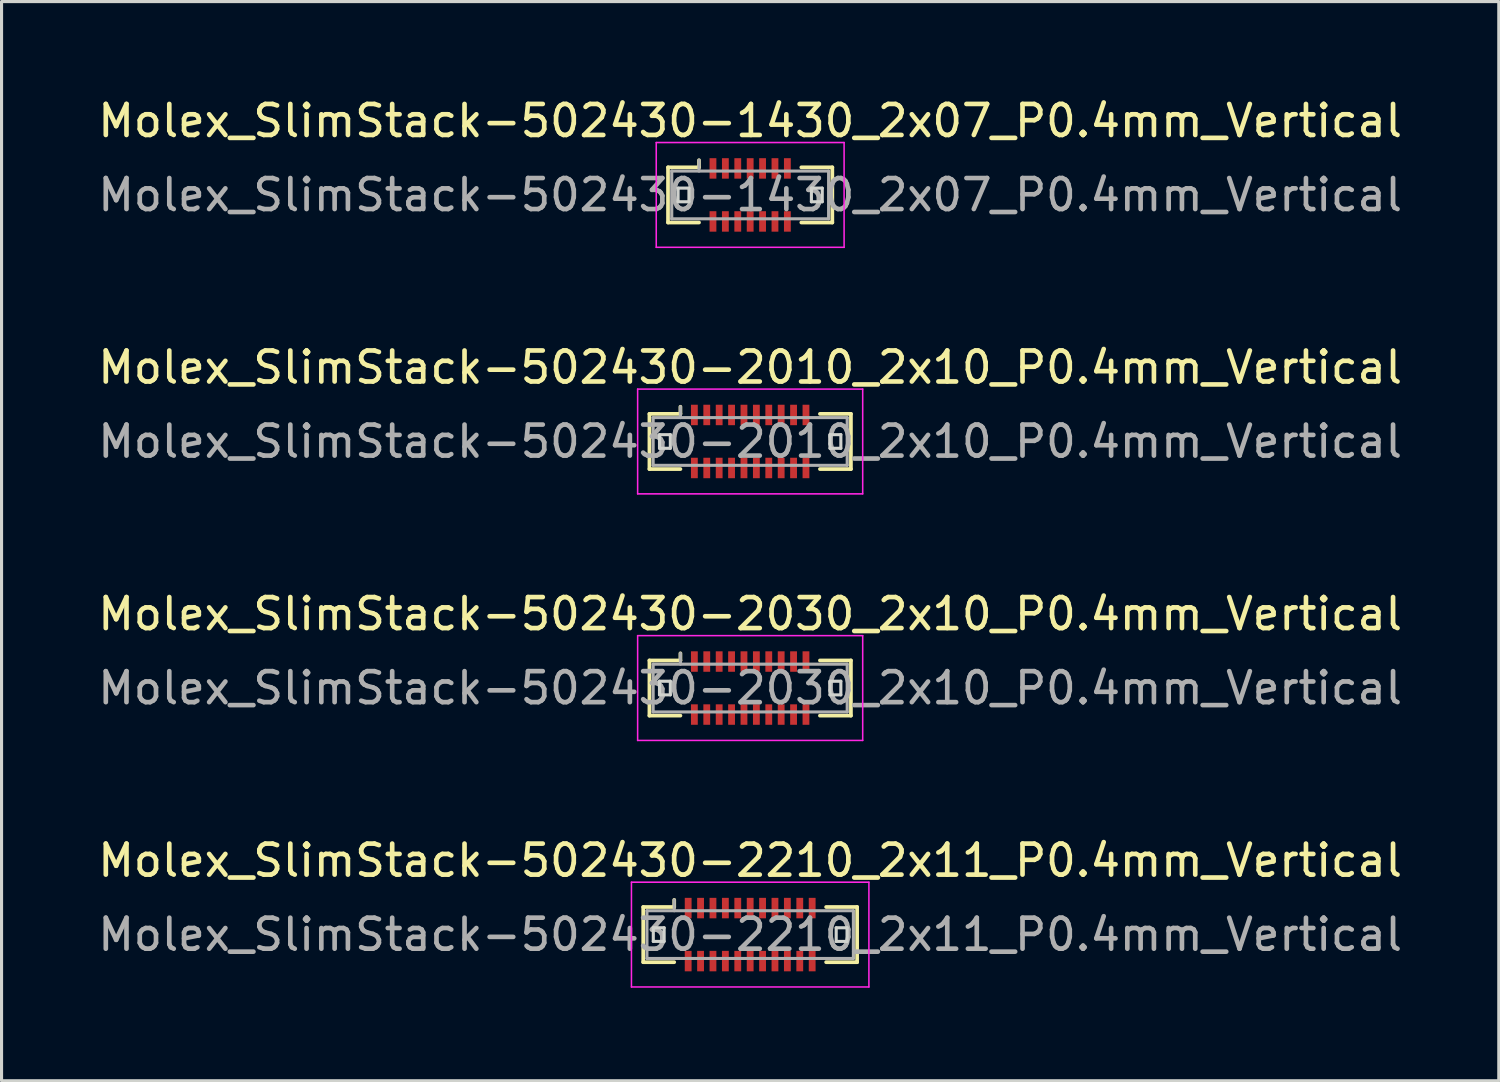
<source format=kicad_pcb>
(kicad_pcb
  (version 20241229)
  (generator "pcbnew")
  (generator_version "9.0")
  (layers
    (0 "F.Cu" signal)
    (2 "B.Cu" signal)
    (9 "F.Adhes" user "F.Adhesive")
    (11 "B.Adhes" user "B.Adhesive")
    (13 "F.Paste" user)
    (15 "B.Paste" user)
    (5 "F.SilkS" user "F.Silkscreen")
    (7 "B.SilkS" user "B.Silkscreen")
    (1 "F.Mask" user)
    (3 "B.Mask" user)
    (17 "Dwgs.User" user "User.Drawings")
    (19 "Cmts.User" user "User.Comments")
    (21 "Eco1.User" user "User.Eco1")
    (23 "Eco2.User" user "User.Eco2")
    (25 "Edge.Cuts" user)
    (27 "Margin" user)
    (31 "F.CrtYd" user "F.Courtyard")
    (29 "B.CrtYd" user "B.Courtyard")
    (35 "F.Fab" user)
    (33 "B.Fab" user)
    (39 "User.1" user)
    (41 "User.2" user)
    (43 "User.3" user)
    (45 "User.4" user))
  (footprint "Molex_SlimStack-502430-1430_2x07_P0.4mm_Vertical"
    (layer "F.Cu")
    (at 21.149 3.238)
    (property "Reference" "Molex_SlimStack-502430-1430_2x07_P0.4mm_Vertical" (at 0 -2.39 0) (layer "F.SilkS") (effects (font (size 1 1) (thickness 0.15))))
    (attr smd)
    (fp_line (start -2.65 -0.89) (end -1.65 -0.89) (stroke (width 0.12) (type solid)) (layer "F.SilkS"))
    (fp_line (start -2.65 0.89) (end -2.65 -0.89) (stroke (width 0.12) (type solid)) (layer "F.SilkS"))
    (fp_line (start -1.65 -0.89) (end -1.65 -1.12) (stroke (width 0.12) (type solid)) (layer "F.SilkS"))
    (fp_line (start -1.65 0.89) (end -2.65 0.89) (stroke (width 0.12) (type solid)) (layer "F.SilkS"))
    (fp_line (start 1.65 0.89) (end 2.65 0.89) (stroke (width 0.12) (type solid)) (layer "F.SilkS"))
    (fp_line (start 2.65 -0.89) (end 1.65 -0.89) (stroke (width 0.12) (type solid)) (layer "F.SilkS"))
    (fp_line (start 2.65 0.89) (end 2.65 -0.89) (stroke (width 0.12) (type solid)) (layer "F.SilkS"))
    (fp_line (start -2.325 -0.22) (end -2.325 0.22) (stroke (width 0.1) (type solid)) (layer "Edge.Cuts"))
    (fp_line (start -2.325 0.22) (end -1.975 0.22) (stroke (width 0.1) (type solid)) (layer "Edge.Cuts"))
    (fp_line (start -1.975 -0.22) (end -2.325 -0.22) (stroke (width 0.1) (type solid)) (layer "Edge.Cuts"))
    (fp_line (start -1.975 0.22) (end -1.975 -0.22) (stroke (width 0.1) (type solid)) (layer "Edge.Cuts"))
    (fp_line (start 1.975 -0.22) (end 1.975 0.22) (stroke (width 0.1) (type solid)) (layer "Edge.Cuts"))
    (fp_line (start 1.975 0.22) (end 2.325 0.22) (stroke (width 0.1) (type solid)) (layer "Edge.Cuts"))
    (fp_line (start 2.325 -0.22) (end 1.975 -0.22) (stroke (width 0.1) (type solid)) (layer "Edge.Cuts"))
    (fp_line (start 2.325 0.22) (end 2.325 -0.22) (stroke (width 0.1) (type solid)) (layer "Edge.Cuts"))
    (fp_line (start -3.03 -1.69) (end -3.03 1.69) (stroke (width 0.05) (type solid)) (layer "F.CrtYd"))
    (fp_line (start -3.03 1.69) (end 3.03 1.69) (stroke (width 0.05) (type solid)) (layer "F.CrtYd"))
    (fp_line (start 3.03 -1.69) (end -3.03 -1.69) (stroke (width 0.05) (type solid)) (layer "F.CrtYd"))
    (fp_line (start 3.03 1.69) (end 3.03 -1.69) (stroke (width 0.05) (type solid)) (layer "F.CrtYd"))
    (fp_line (start -2.53 -0.77) (end -2.53 0.77) (stroke (width 0.1) (type solid)) (layer "F.Fab"))
    (fp_line (start -2.53 0.77) (end 2.53 0.77) (stroke (width 0.1) (type solid)) (layer "F.Fab"))
    (fp_line (start -1.65 -0.77) (end -1.65 -1.12) (stroke (width 0.1) (type solid)) (layer "F.Fab"))
    (fp_line (start 2.53 -0.77) (end -2.53 -0.77) (stroke (width 0.1) (type solid)) (layer "F.Fab"))
    (fp_line (start 2.53 0.77) (end 2.53 -0.77) (stroke (width 0.1) (type solid)) (layer "F.Fab"))
    (fp_text user "${REFERENCE}" (at 0 0 0) (layer "F.Fab") (effects (font (size 1 1) (thickness 0.15))))
    (pad "1" smd rect (at -1.2 -0.855) (size 0.22 0.66) (layers "F.Cu" "F.Mask" "F.Paste"))
    (pad "2" smd rect (at -1.2 0.855) (size 0.22 0.66) (layers "F.Cu" "F.Mask" "F.Paste"))
    (pad "3" smd rect (at -0.8 -0.855) (size 0.22 0.66) (layers "F.Cu" "F.Mask" "F.Paste"))
    (pad "4" smd rect (at -0.8 0.855) (size 0.22 0.66) (layers "F.Cu" "F.Mask" "F.Paste"))
    (pad "5" smd rect (at -0.4 -0.855) (size 0.22 0.66) (layers "F.Cu" "F.Mask" "F.Paste"))
    (pad "6" smd rect (at -0.4 0.855) (size 0.22 0.66) (layers "F.Cu" "F.Mask" "F.Paste"))
    (pad "7" smd rect (at 0 -0.855) (size 0.22 0.66) (layers "F.Cu" "F.Mask" "F.Paste"))
    (pad "8" smd rect (at 0 0.855) (size 0.22 0.66) (layers "F.Cu" "F.Mask" "F.Paste"))
    (pad "9" smd rect (at 0.4 -0.855) (size 0.22 0.66) (layers "F.Cu" "F.Mask" "F.Paste"))
    (pad "10" smd rect (at 0.4 0.855) (size 0.22 0.66) (layers "F.Cu" "F.Mask" "F.Paste"))
    (pad "11" smd rect (at 0.8 -0.855) (size 0.22 0.66) (layers "F.Cu" "F.Mask" "F.Paste"))
    (pad "12" smd rect (at 0.8 0.855) (size 0.22 0.66) (layers "F.Cu" "F.Mask" "F.Paste"))
    (pad "13" smd rect (at 1.2 -0.855) (size 0.22 0.66) (layers "F.Cu" "F.Mask" "F.Paste"))
    (pad "14" smd rect (at 1.2 0.855) (size 0.22 0.66) (layers "F.Cu" "F.Mask" "F.Paste")))
  (footprint "Molex_SlimStack-502430-2010_2x10_P0.4mm_Vertical"
    (layer "F.Cu")
    (at 21.149 11.191)
    (property "Reference" "Molex_SlimStack-502430-2010_2x10_P0.4mm_Vertical" (at 0 -2.39 0) (layer "F.SilkS") (effects (font (size 1 1) (thickness 0.15))))
    (attr smd)
    (fp_line (start -3.25 -0.89) (end -2.25 -0.89) (stroke (width 0.12) (type solid)) (layer "F.SilkS"))
    (fp_line (start -3.25 0.89) (end -3.25 -0.89) (stroke (width 0.12) (type solid)) (layer "F.SilkS"))
    (fp_line (start -2.25 -0.89) (end -2.25 -1.12) (stroke (width 0.12) (type solid)) (layer "F.SilkS"))
    (fp_line (start -2.25 0.89) (end -3.25 0.89) (stroke (width 0.12) (type solid)) (layer "F.SilkS"))
    (fp_line (start 2.25 0.89) (end 3.25 0.89) (stroke (width 0.12) (type solid)) (layer "F.SilkS"))
    (fp_line (start 3.25 -0.89) (end 2.25 -0.89) (stroke (width 0.12) (type solid)) (layer "F.SilkS"))
    (fp_line (start 3.25 0.89) (end 3.25 -0.89) (stroke (width 0.12) (type solid)) (layer "F.SilkS"))
    (fp_line (start -2.925 -0.22) (end -2.925 0.22) (stroke (width 0.1) (type solid)) (layer "Edge.Cuts"))
    (fp_line (start -2.925 0.22) (end -2.575 0.22) (stroke (width 0.1) (type solid)) (layer "Edge.Cuts"))
    (fp_line (start -2.575 -0.22) (end -2.925 -0.22) (stroke (width 0.1) (type solid)) (layer "Edge.Cuts"))
    (fp_line (start -2.575 0.22) (end -2.575 -0.22) (stroke (width 0.1) (type solid)) (layer "Edge.Cuts"))
    (fp_line (start 2.575 -0.22) (end 2.575 0.22) (stroke (width 0.1) (type solid)) (layer "Edge.Cuts"))
    (fp_line (start 2.575 0.22) (end 2.925 0.22) (stroke (width 0.1) (type solid)) (layer "Edge.Cuts"))
    (fp_line (start 2.925 -0.22) (end 2.575 -0.22) (stroke (width 0.1) (type solid)) (layer "Edge.Cuts"))
    (fp_line (start 2.925 0.22) (end 2.925 -0.22) (stroke (width 0.1) (type solid)) (layer "Edge.Cuts"))
    (fp_line (start -3.63 -1.69) (end -3.63 1.69) (stroke (width 0.05) (type solid)) (layer "F.CrtYd"))
    (fp_line (start -3.63 1.69) (end 3.63 1.69) (stroke (width 0.05) (type solid)) (layer "F.CrtYd"))
    (fp_line (start 3.63 -1.69) (end -3.63 -1.69) (stroke (width 0.05) (type solid)) (layer "F.CrtYd"))
    (fp_line (start 3.63 1.69) (end 3.63 -1.69) (stroke (width 0.05) (type solid)) (layer "F.CrtYd"))
    (fp_line (start -3.13 -0.77) (end -3.13 0.77) (stroke (width 0.1) (type solid)) (layer "F.Fab"))
    (fp_line (start -3.13 0.77) (end 3.13 0.77) (stroke (width 0.1) (type solid)) (layer "F.Fab"))
    (fp_line (start -2.25 -0.77) (end -2.25 -1.12) (stroke (width 0.1) (type solid)) (layer "F.Fab"))
    (fp_line (start 3.13 -0.77) (end -3.13 -0.77) (stroke (width 0.1) (type solid)) (layer "F.Fab"))
    (fp_line (start 3.13 0.77) (end 3.13 -0.77) (stroke (width 0.1) (type solid)) (layer "F.Fab"))
    (fp_text user "${REFERENCE}" (at 0 0 0) (layer "F.Fab") (effects (font (size 1 1) (thickness 0.15))))
    (pad "1" smd rect (at -1.8 -0.855) (size 0.22 0.66) (layers "F.Cu" "F.Mask" "F.Paste"))
    (pad "2" smd rect (at -1.8 0.855) (size 0.22 0.66) (layers "F.Cu" "F.Mask" "F.Paste"))
    (pad "3" smd rect (at -1.4 -0.855) (size 0.22 0.66) (layers "F.Cu" "F.Mask" "F.Paste"))
    (pad "4" smd rect (at -1.4 0.855) (size 0.22 0.66) (layers "F.Cu" "F.Mask" "F.Paste"))
    (pad "5" smd rect (at -1 -0.855) (size 0.22 0.66) (layers "F.Cu" "F.Mask" "F.Paste"))
    (pad "6" smd rect (at -1 0.855) (size 0.22 0.66) (layers "F.Cu" "F.Mask" "F.Paste"))
    (pad "7" smd rect (at -0.6 -0.855) (size 0.22 0.66) (layers "F.Cu" "F.Mask" "F.Paste"))
    (pad "8" smd rect (at -0.6 0.855) (size 0.22 0.66) (layers "F.Cu" "F.Mask" "F.Paste"))
    (pad "9" smd rect (at -0.2 -0.855) (size 0.22 0.66) (layers "F.Cu" "F.Mask" "F.Paste"))
    (pad "10" smd rect (at -0.2 0.855) (size 0.22 0.66) (layers "F.Cu" "F.Mask" "F.Paste"))
    (pad "11" smd rect (at 0.2 -0.855) (size 0.22 0.66) (layers "F.Cu" "F.Mask" "F.Paste"))
    (pad "12" smd rect (at 0.2 0.855) (size 0.22 0.66) (layers "F.Cu" "F.Mask" "F.Paste"))
    (pad "13" smd rect (at 0.6 -0.855) (size 0.22 0.66) (layers "F.Cu" "F.Mask" "F.Paste"))
    (pad "14" smd rect (at 0.6 0.855) (size 0.22 0.66) (layers "F.Cu" "F.Mask" "F.Paste"))
    (pad "15" smd rect (at 1 -0.855) (size 0.22 0.66) (layers "F.Cu" "F.Mask" "F.Paste"))
    (pad "16" smd rect (at 1 0.855) (size 0.22 0.66) (layers "F.Cu" "F.Mask" "F.Paste"))
    (pad "17" smd rect (at 1.4 -0.855) (size 0.22 0.66) (layers "F.Cu" "F.Mask" "F.Paste"))
    (pad "18" smd rect (at 1.4 0.855) (size 0.22 0.66) (layers "F.Cu" "F.Mask" "F.Paste"))
    (pad "19" smd rect (at 1.8 -0.855) (size 0.22 0.66) (layers "F.Cu" "F.Mask" "F.Paste"))
    (pad "20" smd rect (at 1.8 0.855) (size 0.22 0.66) (layers "F.Cu" "F.Mask" "F.Paste")))
  (footprint "Molex_SlimStack-502430-2210_2x11_P0.4mm_Vertical"
    (layer "F.Cu")
    (at 21.149 27.098)
    (property "Reference" "Molex_SlimStack-502430-2210_2x11_P0.4mm_Vertical" (at 0 -2.39 0) (layer "F.SilkS") (effects (font (size 1 1) (thickness 0.15))))
    (attr smd)
    (fp_line (start -3.45 -0.89) (end -2.45 -0.89) (stroke (width 0.12) (type solid)) (layer "F.SilkS"))
    (fp_line (start -3.45 0.89) (end -3.45 -0.89) (stroke (width 0.12) (type solid)) (layer "F.SilkS"))
    (fp_line (start -2.45 -0.89) (end -2.45 -1.12) (stroke (width 0.12) (type solid)) (layer "F.SilkS"))
    (fp_line (start -2.45 0.89) (end -3.45 0.89) (stroke (width 0.12) (type solid)) (layer "F.SilkS"))
    (fp_line (start 2.45 0.89) (end 3.45 0.89) (stroke (width 0.12) (type solid)) (layer "F.SilkS"))
    (fp_line (start 3.45 -0.89) (end 2.45 -0.89) (stroke (width 0.12) (type solid)) (layer "F.SilkS"))
    (fp_line (start 3.45 0.89) (end 3.45 -0.89) (stroke (width 0.12) (type solid)) (layer "F.SilkS"))
    (fp_line (start -3.125 -0.22) (end -3.125 0.22) (stroke (width 0.1) (type solid)) (layer "Edge.Cuts"))
    (fp_line (start -3.125 0.22) (end -2.775 0.22) (stroke (width 0.1) (type solid)) (layer "Edge.Cuts"))
    (fp_line (start -2.775 -0.22) (end -3.125 -0.22) (stroke (width 0.1) (type solid)) (layer "Edge.Cuts"))
    (fp_line (start -2.775 0.22) (end -2.775 -0.22) (stroke (width 0.1) (type solid)) (layer "Edge.Cuts"))
    (fp_line (start 2.775 -0.22) (end 2.775 0.22) (stroke (width 0.1) (type solid)) (layer "Edge.Cuts"))
    (fp_line (start 2.775 0.22) (end 3.125 0.22) (stroke (width 0.1) (type solid)) (layer "Edge.Cuts"))
    (fp_line (start 3.125 -0.22) (end 2.775 -0.22) (stroke (width 0.1) (type solid)) (layer "Edge.Cuts"))
    (fp_line (start 3.125 0.22) (end 3.125 -0.22) (stroke (width 0.1) (type solid)) (layer "Edge.Cuts"))
    (fp_line (start -3.83 -1.69) (end -3.83 1.69) (stroke (width 0.05) (type solid)) (layer "F.CrtYd"))
    (fp_line (start -3.83 1.69) (end 3.83 1.69) (stroke (width 0.05) (type solid)) (layer "F.CrtYd"))
    (fp_line (start 3.83 -1.69) (end -3.83 -1.69) (stroke (width 0.05) (type solid)) (layer "F.CrtYd"))
    (fp_line (start 3.83 1.69) (end 3.83 -1.69) (stroke (width 0.05) (type solid)) (layer "F.CrtYd"))
    (fp_line (start -3.33 -0.77) (end -3.33 0.77) (stroke (width 0.1) (type solid)) (layer "F.Fab"))
    (fp_line (start -3.33 0.77) (end 3.33 0.77) (stroke (width 0.1) (type solid)) (layer "F.Fab"))
    (fp_line (start -2.45 -0.77) (end -2.45 -1.12) (stroke (width 0.1) (type solid)) (layer "F.Fab"))
    (fp_line (start 3.33 -0.77) (end -3.33 -0.77) (stroke (width 0.1) (type solid)) (layer "F.Fab"))
    (fp_line (start 3.33 0.77) (end 3.33 -0.77) (stroke (width 0.1) (type solid)) (layer "F.Fab"))
    (fp_text user "${REFERENCE}" (at 0 0 0) (layer "F.Fab") (effects (font (size 1 1) (thickness 0.15))))
    (pad "1" smd rect (at -2 -0.855) (size 0.22 0.66) (layers "F.Cu" "F.Mask" "F.Paste"))
    (pad "2" smd rect (at -2 0.855) (size 0.22 0.66) (layers "F.Cu" "F.Mask" "F.Paste"))
    (pad "3" smd rect (at -1.6 -0.855) (size 0.22 0.66) (layers "F.Cu" "F.Mask" "F.Paste"))
    (pad "4" smd rect (at -1.6 0.855) (size 0.22 0.66) (layers "F.Cu" "F.Mask" "F.Paste"))
    (pad "5" smd rect (at -1.2 -0.855) (size 0.22 0.66) (layers "F.Cu" "F.Mask" "F.Paste"))
    (pad "6" smd rect (at -1.2 0.855) (size 0.22 0.66) (layers "F.Cu" "F.Mask" "F.Paste"))
    (pad "7" smd rect (at -0.8 -0.855) (size 0.22 0.66) (layers "F.Cu" "F.Mask" "F.Paste"))
    (pad "8" smd rect (at -0.8 0.855) (size 0.22 0.66) (layers "F.Cu" "F.Mask" "F.Paste"))
    (pad "9" smd rect (at -0.4 -0.855) (size 0.22 0.66) (layers "F.Cu" "F.Mask" "F.Paste"))
    (pad "10" smd rect (at -0.4 0.855) (size 0.22 0.66) (layers "F.Cu" "F.Mask" "F.Paste"))
    (pad "11" smd rect (at 0 -0.855) (size 0.22 0.66) (layers "F.Cu" "F.Mask" "F.Paste"))
    (pad "12" smd rect (at 0 0.855) (size 0.22 0.66) (layers "F.Cu" "F.Mask" "F.Paste"))
    (pad "13" smd rect (at 0.4 -0.855) (size 0.22 0.66) (layers "F.Cu" "F.Mask" "F.Paste"))
    (pad "14" smd rect (at 0.4 0.855) (size 0.22 0.66) (layers "F.Cu" "F.Mask" "F.Paste"))
    (pad "15" smd rect (at 0.8 -0.855) (size 0.22 0.66) (layers "F.Cu" "F.Mask" "F.Paste"))
    (pad "16" smd rect (at 0.8 0.855) (size 0.22 0.66) (layers "F.Cu" "F.Mask" "F.Paste"))
    (pad "17" smd rect (at 1.2 -0.855) (size 0.22 0.66) (layers "F.Cu" "F.Mask" "F.Paste"))
    (pad "18" smd rect (at 1.2 0.855) (size 0.22 0.66) (layers "F.Cu" "F.Mask" "F.Paste"))
    (pad "19" smd rect (at 1.6 -0.855) (size 0.22 0.66) (layers "F.Cu" "F.Mask" "F.Paste"))
    (pad "20" smd rect (at 1.6 0.855) (size 0.22 0.66) (layers "F.Cu" "F.Mask" "F.Paste"))
    (pad "21" smd rect (at 2 -0.855) (size 0.22 0.66) (layers "F.Cu" "F.Mask" "F.Paste"))
    (pad "22" smd rect (at 2 0.855) (size 0.22 0.66) (layers "F.Cu" "F.Mask" "F.Paste")))
  (footprint "Molex_SlimStack-502430-2030_2x10_P0.4mm_Vertical"
    (layer "F.Cu")
    (at 21.149 19.145)
    (property "Reference" "Molex_SlimStack-502430-2030_2x10_P0.4mm_Vertical" (at 0 -2.39 0) (layer "F.SilkS") (effects (font (size 1 1) (thickness 0.15))))
    (attr smd)
    (fp_line (start -3.25 -0.89) (end -2.25 -0.89) (stroke (width 0.12) (type solid)) (layer "F.SilkS"))
    (fp_line (start -3.25 0.89) (end -3.25 -0.89) (stroke (width 0.12) (type solid)) (layer "F.SilkS"))
    (fp_line (start -2.25 -0.89) (end -2.25 -1.12) (stroke (width 0.12) (type solid)) (layer "F.SilkS"))
    (fp_line (start -2.25 0.89) (end -3.25 0.89) (stroke (width 0.12) (type solid)) (layer "F.SilkS"))
    (fp_line (start 2.25 0.89) (end 3.25 0.89) (stroke (width 0.12) (type solid)) (layer "F.SilkS"))
    (fp_line (start 3.25 -0.89) (end 2.25 -0.89) (stroke (width 0.12) (type solid)) (layer "F.SilkS"))
    (fp_line (start 3.25 0.89) (end 3.25 -0.89) (stroke (width 0.12) (type solid)) (layer "F.SilkS"))
    (fp_line (start -2.925 -0.22) (end -2.925 0.22) (stroke (width 0.1) (type solid)) (layer "Edge.Cuts"))
    (fp_line (start -2.925 0.22) (end -2.575 0.22) (stroke (width 0.1) (type solid)) (layer "Edge.Cuts"))
    (fp_line (start -2.575 -0.22) (end -2.925 -0.22) (stroke (width 0.1) (type solid)) (layer "Edge.Cuts"))
    (fp_line (start -2.575 0.22) (end -2.575 -0.22) (stroke (width 0.1) (type solid)) (layer "Edge.Cuts"))
    (fp_line (start 2.575 -0.22) (end 2.575 0.22) (stroke (width 0.1) (type solid)) (layer "Edge.Cuts"))
    (fp_line (start 2.575 0.22) (end 2.925 0.22) (stroke (width 0.1) (type solid)) (layer "Edge.Cuts"))
    (fp_line (start 2.925 -0.22) (end 2.575 -0.22) (stroke (width 0.1) (type solid)) (layer "Edge.Cuts"))
    (fp_line (start 2.925 0.22) (end 2.925 -0.22) (stroke (width 0.1) (type solid)) (layer "Edge.Cuts"))
    (fp_line (start -3.63 -1.69) (end -3.63 1.69) (stroke (width 0.05) (type solid)) (layer "F.CrtYd"))
    (fp_line (start -3.63 1.69) (end 3.63 1.69) (stroke (width 0.05) (type solid)) (layer "F.CrtYd"))
    (fp_line (start 3.63 -1.69) (end -3.63 -1.69) (stroke (width 0.05) (type solid)) (layer "F.CrtYd"))
    (fp_line (start 3.63 1.69) (end 3.63 -1.69) (stroke (width 0.05) (type solid)) (layer "F.CrtYd"))
    (fp_line (start -3.13 -0.77) (end -3.13 0.77) (stroke (width 0.1) (type solid)) (layer "F.Fab"))
    (fp_line (start -3.13 0.77) (end 3.13 0.77) (stroke (width 0.1) (type solid)) (layer "F.Fab"))
    (fp_line (start -2.25 -0.77) (end -2.25 -1.12) (stroke (width 0.1) (type solid)) (layer "F.Fab"))
    (fp_line (start 3.13 -0.77) (end -3.13 -0.77) (stroke (width 0.1) (type solid)) (layer "F.Fab"))
    (fp_line (start 3.13 0.77) (end 3.13 -0.77) (stroke (width 0.1) (type solid)) (layer "F.Fab"))
    (fp_text user "${REFERENCE}" (at 0 0 0) (layer "F.Fab") (effects (font (size 1 1) (thickness 0.15))))
    (pad "1" smd rect (at -1.8 -0.855) (size 0.22 0.66) (layers "F.Cu" "F.Mask" "F.Paste"))
    (pad "2" smd rect (at -1.8 0.855) (size 0.22 0.66) (layers "F.Cu" "F.Mask" "F.Paste"))
    (pad "3" smd rect (at -1.4 -0.855) (size 0.22 0.66) (layers "F.Cu" "F.Mask" "F.Paste"))
    (pad "4" smd rect (at -1.4 0.855) (size 0.22 0.66) (layers "F.Cu" "F.Mask" "F.Paste"))
    (pad "5" smd rect (at -1 -0.855) (size 0.22 0.66) (layers "F.Cu" "F.Mask" "F.Paste"))
    (pad "6" smd rect (at -1 0.855) (size 0.22 0.66) (layers "F.Cu" "F.Mask" "F.Paste"))
    (pad "7" smd rect (at -0.6 -0.855) (size 0.22 0.66) (layers "F.Cu" "F.Mask" "F.Paste"))
    (pad "8" smd rect (at -0.6 0.855) (size 0.22 0.66) (layers "F.Cu" "F.Mask" "F.Paste"))
    (pad "9" smd rect (at -0.2 -0.855) (size 0.22 0.66) (layers "F.Cu" "F.Mask" "F.Paste"))
    (pad "10" smd rect (at -0.2 0.855) (size 0.22 0.66) (layers "F.Cu" "F.Mask" "F.Paste"))
    (pad "11" smd rect (at 0.2 -0.855) (size 0.22 0.66) (layers "F.Cu" "F.Mask" "F.Paste"))
    (pad "12" smd rect (at 0.2 0.855) (size 0.22 0.66) (layers "F.Cu" "F.Mask" "F.Paste"))
    (pad "13" smd rect (at 0.6 -0.855) (size 0.22 0.66) (layers "F.Cu" "F.Mask" "F.Paste"))
    (pad "14" smd rect (at 0.6 0.855) (size 0.22 0.66) (layers "F.Cu" "F.Mask" "F.Paste"))
    (pad "15" smd rect (at 1 -0.855) (size 0.22 0.66) (layers "F.Cu" "F.Mask" "F.Paste"))
    (pad "16" smd rect (at 1 0.855) (size 0.22 0.66) (layers "F.Cu" "F.Mask" "F.Paste"))
    (pad "17" smd rect (at 1.4 -0.855) (size 0.22 0.66) (layers "F.Cu" "F.Mask" "F.Paste"))
    (pad "18" smd rect (at 1.4 0.855) (size 0.22 0.66) (layers "F.Cu" "F.Mask" "F.Paste"))
    (pad "19" smd rect (at 1.8 -0.855) (size 0.22 0.66) (layers "F.Cu" "F.Mask" "F.Paste"))
    (pad "20" smd rect (at 1.8 0.855) (size 0.22 0.66) (layers "F.Cu" "F.Mask" "F.Paste")))
  (gr_rect
    (start -3 -3)
    (end 45.298 31.813)
    (stroke (width 0.1) (type default))
    (fill no)
    (layer "Edge.Cuts")))
</source>
